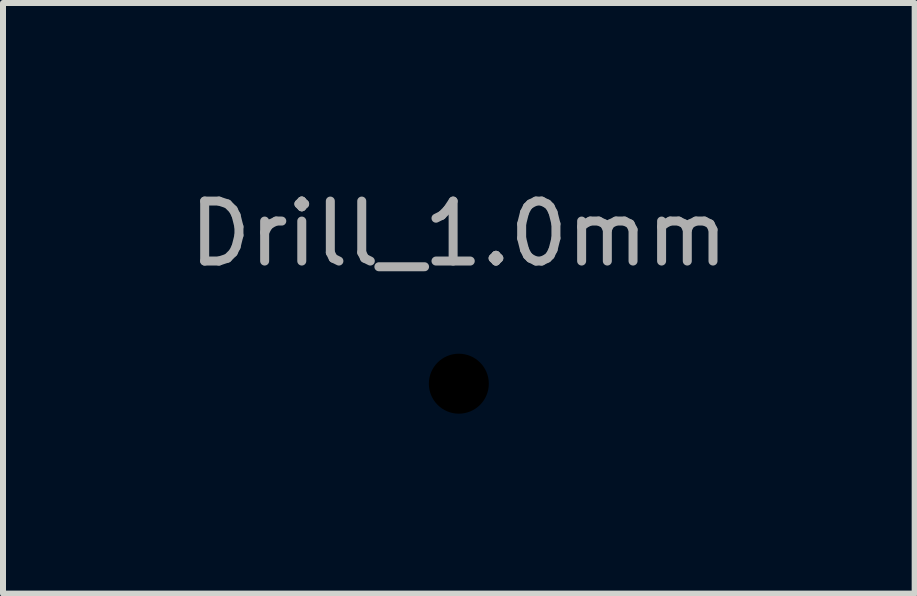
<source format=kicad_pcb>
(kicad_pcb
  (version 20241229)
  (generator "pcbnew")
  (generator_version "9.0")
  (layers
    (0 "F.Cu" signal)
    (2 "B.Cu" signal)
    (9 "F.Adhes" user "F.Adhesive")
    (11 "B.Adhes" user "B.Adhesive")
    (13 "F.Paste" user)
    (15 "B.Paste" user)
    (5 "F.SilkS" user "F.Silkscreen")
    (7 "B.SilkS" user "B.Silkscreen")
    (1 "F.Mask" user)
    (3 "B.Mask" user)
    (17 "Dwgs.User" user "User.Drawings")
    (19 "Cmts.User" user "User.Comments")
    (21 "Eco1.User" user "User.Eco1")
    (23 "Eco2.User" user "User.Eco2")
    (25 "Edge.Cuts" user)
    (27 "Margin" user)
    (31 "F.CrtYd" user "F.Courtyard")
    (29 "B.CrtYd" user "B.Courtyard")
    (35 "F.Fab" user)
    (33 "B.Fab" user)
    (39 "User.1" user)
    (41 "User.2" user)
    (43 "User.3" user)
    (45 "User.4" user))
  (footprint "Drill_1.0mm"
    (layer "F.Cu")
    (at 4.601 3.348)
    (property "Reference" "Drill_1.0mm" (at 0 -2.5 0) (layer "F.Fab") (effects (font (size 1 1) (thickness 0.15))))
    (attr exclude_from_pos_files exclude_from_bom)
    (pad "" np_thru_hole circle (at 0 0) (size 1 1) (drill 1) (layers "*.Mask")))
  (gr_rect
    (start -3 -3)
    (end 12.202 6.848)
    (stroke (width 0.1) (type default))
    (fill no)
    (layer "Edge.Cuts")))
</source>
